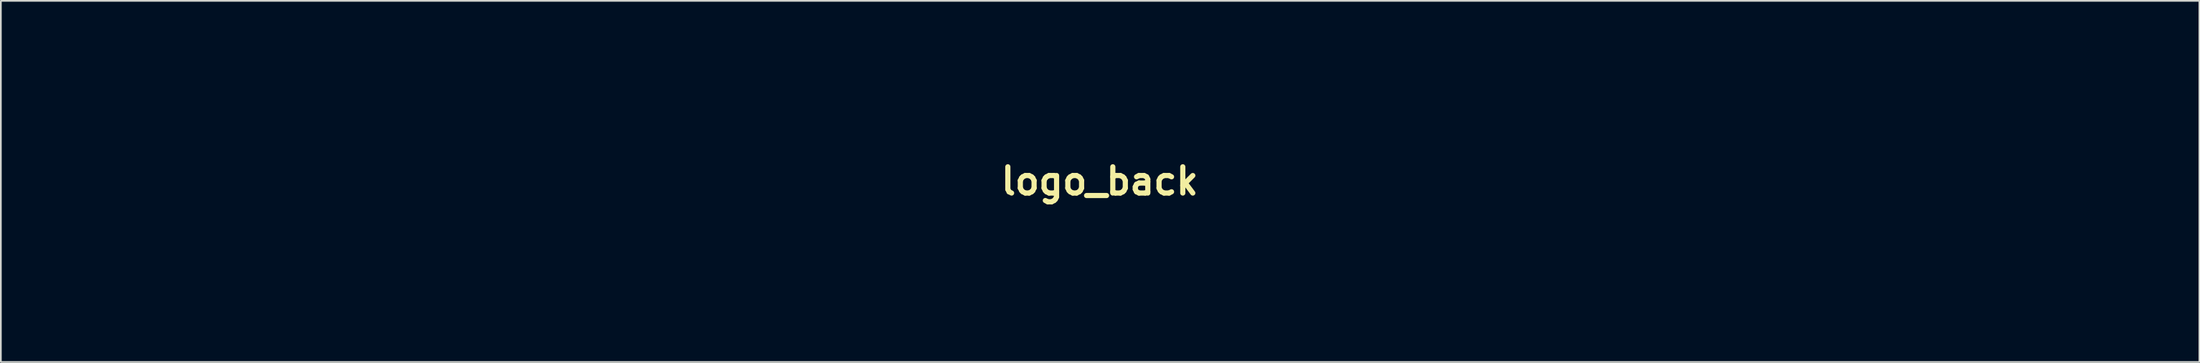
<source format=kicad_pcb>
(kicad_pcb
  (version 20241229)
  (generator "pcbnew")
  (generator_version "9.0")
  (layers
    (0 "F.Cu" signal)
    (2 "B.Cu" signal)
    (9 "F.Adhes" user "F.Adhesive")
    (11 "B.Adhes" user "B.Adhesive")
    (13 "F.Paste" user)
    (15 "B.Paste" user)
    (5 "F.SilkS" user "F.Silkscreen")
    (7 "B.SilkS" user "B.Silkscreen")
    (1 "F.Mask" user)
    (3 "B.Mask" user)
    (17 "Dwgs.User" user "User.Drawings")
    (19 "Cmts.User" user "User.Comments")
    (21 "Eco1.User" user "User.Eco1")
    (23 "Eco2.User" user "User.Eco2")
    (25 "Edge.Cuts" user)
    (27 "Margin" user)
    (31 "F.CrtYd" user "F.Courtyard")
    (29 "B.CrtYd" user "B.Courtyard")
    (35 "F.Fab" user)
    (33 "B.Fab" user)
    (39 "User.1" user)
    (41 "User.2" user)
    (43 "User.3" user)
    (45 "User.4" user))
  (footprint "logo_back"
    (layer "F.Cu")
    (at 60.813 7.473)
    (property "Reference" "logo_back" (at 0 0 0) (layer "F.SilkS") (effects (font (size 1.524 1.524) (thickness 0.3))))
    (attr through_hole)
    (fp_poly (pts (xy -12.192 7.315) (xy -14.072 7.315) (xy -14.072 -5.486) (xy -12.192 -5.486) (xy -12.192 7.315)) (stroke (width 0.01) (type solid)) (fill yes) (layer "F.Mask"))
    (fp_poly (pts (xy -58.903 7.29) (xy -59.855 7.304) (xy -60.808 7.317) (xy -60.808 -7.468) (xy -58.877 -7.468) (xy -58.903 7.29)) (stroke (width 0.01) (type solid)) (fill yes) (layer "F.Mask"))
    (fp_poly (pts (xy -50.051 0.902) (xy -50.063 7.29) (xy -51.016 7.304) (xy -51.968 7.317) (xy -51.968 3.251) (xy -57.099 3.251) (xy -57.099 1.321) (xy -51.968 1.321) (xy -51.968 -5.486) (xy -51.003 -5.486) (xy -50.038 -5.486) (xy -50.051 0.902)) (stroke (width 0.01) (type solid)) (fill yes) (layer "F.Mask"))
    (fp_poly (pts (xy 59.03 -3.607) (xy 54.1 -3.607) (xy 54.127 -1.295) (xy 56.578 -1.282) (xy 59.03 -1.269) (xy 59.03 0.61) (xy 54.102 0.61) (xy 54.102 5.385) (xy 60.858 5.385) (xy 60.858 7.315) (xy 52.222 7.315) (xy 52.222 -5.486) (xy 59.03 -5.486) (xy 59.03 -3.607)) (stroke (width 0.01) (type solid)) (fill yes) (layer "F.Mask"))
    (fp_poly (pts (xy -0.876 0.902) (xy -0.889 7.29) (xy -2 7.29) (xy -5.255 2.927) (xy -8.509 -1.435) (xy -8.522 2.94) (xy -8.535 7.315) (xy -9.441 7.315) (xy -9.734 7.313) (xy -9.992 7.308) (xy -10.197 7.301) (xy -10.332 7.291) (xy -10.38 7.281) (xy -10.384 7.227) (xy -10.388 7.078) (xy -10.392 6.839) (xy -10.396 6.517) (xy -10.399 6.117) (xy -10.403 5.647) (xy -10.405 5.112) (xy -10.408 4.518) (xy -10.41 3.871) (xy -10.412 3.178) (xy -10.413 2.444) (xy -10.414 1.677) (xy -10.414 0.881) (xy -10.414 -5.486) (xy -9.817 -5.483) (xy -9.22 -5.48) (xy -2.769 3.208) (xy -2.756 -1.139) (xy -2.743 -5.486) (xy -1.803 -5.486) (xy -0.863 -5.486) (xy -0.876 0.902)) (stroke (width 0.01) (type solid)) (fill yes) (layer "F.Mask"))
    (fp_poly (pts (xy 41.541 -5.475) (xy 42.137 -5.461) (xy 45.364 -1.126) (xy 48.59 3.21) (xy 48.603 -1.138) (xy 48.616 -5.486) (xy 49.556 -5.486) (xy 50.496 -5.486) (xy 50.483 0.902) (xy 50.47 7.29) (xy 49.359 7.29) (xy 46.104 2.928) (xy 42.85 -1.435) (xy 42.837 2.94) (xy 42.824 7.315) (xy 41.918 7.315) (xy 41.625 7.313) (xy 41.367 7.308) (xy 41.162 7.301) (xy 41.027 7.291) (xy 40.979 7.281) (xy 40.974 7.227) (xy 40.97 7.078) (xy 40.966 6.839) (xy 40.963 6.517) (xy 40.959 6.117) (xy 40.956 5.647) (xy 40.953 5.112) (xy 40.951 4.518) (xy 40.949 3.871) (xy 40.947 3.178) (xy 40.946 2.444) (xy 40.945 1.676) (xy 40.945 0.88) (xy 40.945 -5.49) (xy 41.541 -5.475)) (stroke (width 0.01) (type solid)) (fill yes) (layer "F.Mask"))
    (fp_poly (pts (xy -41.707 -3.607) (xy -46.636 -3.607) (xy -46.609 -1.295) (xy -44.158 -1.282) (xy -41.707 -1.269) (xy -41.707 0.61) (xy -46.634 0.61) (xy -46.634 5.385) (xy -39.878 5.385) (xy -39.878 7.315) (xy -44.188 7.315) (xy -44.84 7.315) (xy -45.464 7.314) (xy -46.051 7.312) (xy -46.594 7.309) (xy -47.085 7.306) (xy -47.516 7.303) (xy -47.882 7.299) (xy -48.173 7.295) (xy -48.383 7.29) (xy -48.503 7.285) (xy -48.531 7.281) (xy -48.535 7.227) (xy -48.539 7.078) (xy -48.543 6.839) (xy -48.547 6.517) (xy -48.55 6.117) (xy -48.553 5.647) (xy -48.556 5.112) (xy -48.559 4.518) (xy -48.561 3.871) (xy -48.563 3.178) (xy -48.564 2.444) (xy -48.565 1.677) (xy -48.565 0.881) (xy -48.565 -5.486) (xy -41.707 -5.486) (xy -41.707 -3.607)) (stroke (width 0.01) (type solid)) (fill yes) (layer "F.Mask"))
    (fp_poly (pts (xy 7.214 -5.702) (xy 7.787 -5.675) (xy 8.362 -5.599) (xy 8.919 -5.481) (xy 9.436 -5.326) (xy 9.895 -5.138) (xy 10.259 -4.933) (xy 10.276 -4.901) (xy 10.262 -4.838) (xy 10.212 -4.733) (xy 10.119 -4.576) (xy 9.979 -4.355) (xy 9.808 -4.095) (xy 9.284 -3.306) (xy 9.1 -3.386) (xy 8.471 -3.617) (xy 7.851 -3.754) (xy 7.221 -3.8) (xy 6.909 -3.791) (xy 6.25 -3.702) (xy 5.616 -3.52) (xy 5.017 -3.253) (xy 4.461 -2.908) (xy 3.955 -2.492) (xy 3.51 -2.013) (xy 3.133 -1.477) (xy 2.832 -0.893) (xy 2.617 -0.267) (xy 2.565 -0.047) (xy 2.514 0.299) (xy 2.491 0.705) (xy 2.494 1.133) (xy 2.522 1.545) (xy 2.576 1.905) (xy 2.591 1.972) (xy 2.799 2.626) (xy 3.095 3.234) (xy 3.475 3.79) (xy 3.932 4.288) (xy 4.462 4.722) (xy 5.059 5.083) (xy 5.156 5.131) (xy 5.47 5.279) (xy 5.739 5.389) (xy 5.989 5.466) (xy 6.244 5.517) (xy 6.532 5.546) (xy 6.876 5.559) (xy 7.188 5.561) (xy 7.594 5.557) (xy 7.923 5.54) (xy 8.2 5.506) (xy 8.451 5.45) (xy 8.701 5.366) (xy 8.975 5.25) (xy 9.169 5.158) (xy 9.77 4.813) (xy 10.304 4.393) (xy 10.579 4.12) (xy 10.722 3.962) (xy 10.809 3.849) (xy 10.853 3.752) (xy 10.869 3.643) (xy 10.871 3.528) (xy 10.871 3.251) (xy 8.077 3.251) (xy 8.077 1.32) (xy 10.452 1.333) (xy 12.827 1.346) (xy 12.827 7.29) (xy 10.897 7.29) (xy 10.882 6.845) (xy 10.873 6.647) (xy 10.86 6.494) (xy 10.846 6.41) (xy 10.84 6.401) (xy 10.786 6.427) (xy 10.678 6.495) (xy 10.601 6.546) (xy 10.226 6.77) (xy 9.776 6.982) (xy 9.277 7.173) (xy 8.754 7.331) (xy 8.504 7.393) (xy 8.257 7.434) (xy 7.936 7.465) (xy 7.57 7.486) (xy 7.187 7.496) (xy 6.813 7.495) (xy 6.477 7.482) (xy 6.206 7.456) (xy 6.147 7.446) (xy 5.345 7.253) (xy 4.58 6.969) (xy 3.858 6.6) (xy 3.188 6.151) (xy 2.577 5.627) (xy 2.034 5.032) (xy 1.732 4.625) (xy 1.31 3.925) (xy 0.981 3.191) (xy 0.745 2.432) (xy 0.603 1.656) (xy 0.557 0.871) (xy 0.607 0.084) (xy 0.755 -0.695) (xy 0.889 -1.148) (xy 1.191 -1.889) (xy 1.58 -2.588) (xy 2.051 -3.236) (xy 2.595 -3.825) (xy 3.205 -4.346) (xy 3.873 -4.789) (xy 4.166 -4.949) (xy 4.78 -5.237) (xy 5.361 -5.45) (xy 5.935 -5.594) (xy 6.527 -5.676) (xy 7.165 -5.702) (xy 7.214 -5.702)) (stroke (width 0.01) (type solid)) (fill yes) (layer "F.Mask"))
    (fp_poly (pts (xy -22.847 -5.485) (xy -22.133 -5.485) (xy -21.512 -5.484) (xy -20.976 -5.481) (xy -20.516 -5.477) (xy -20.124 -5.471) (xy -19.792 -5.463) (xy -19.511 -5.452) (xy -19.272 -5.438) (xy -19.069 -5.42) (xy -18.891 -5.399) (xy -18.731 -5.373) (xy -18.58 -5.343) (xy -18.43 -5.308) (xy -18.339 -5.285) (xy -17.737 -5.084) (xy -17.205 -4.809) (xy -16.743 -4.461) (xy -16.352 -4.04) (xy -16.032 -3.547) (xy -15.785 -2.982) (xy -15.688 -2.667) (xy -15.649 -2.515) (xy -15.621 -2.367) (xy -15.6 -2.205) (xy -15.587 -2.009) (xy -15.579 -1.761) (xy -15.575 -1.442) (xy -15.574 -1.194) (xy -15.574 -0.822) (xy -15.577 -0.532) (xy -15.586 -0.305) (xy -15.6 -0.121) (xy -15.623 0.039) (xy -15.654 0.196) (xy -15.687 0.33) (xy -15.768 0.603) (xy -15.877 0.906) (xy -15.992 1.181) (xy -16.01 1.219) (xy -16.238 1.602) (xy -16.538 1.973) (xy -16.887 2.309) (xy -17.259 2.583) (xy -17.475 2.704) (xy -17.852 2.865) (xy -18.269 3.006) (xy -18.687 3.114) (xy -19.065 3.178) (xy -19.107 3.183) (xy -19.281 3.204) (xy -19.406 3.229) (xy -19.456 3.252) (xy -19.456 3.253) (xy -19.432 3.303) (xy -19.361 3.433) (xy -19.25 3.632) (xy -19.103 3.891) (xy -18.926 4.203) (xy -18.724 4.556) (xy -18.502 4.943) (xy -18.335 5.231) (xy -18.101 5.638) (xy -17.882 6.019) (xy -17.683 6.365) (xy -17.511 6.667) (xy -17.369 6.915) (xy -17.265 7.1) (xy -17.203 7.214) (xy -17.187 7.245) (xy -17.19 7.269) (xy -17.229 7.287) (xy -17.315 7.299) (xy -17.461 7.306) (xy -17.679 7.308) (xy -17.979 7.306) (xy -18.191 7.304) (xy -19.224 7.29) (xy -21.518 3.277) (xy -22.951 3.263) (xy -24.384 3.25) (xy -24.384 7.315) (xy -26.264 7.315) (xy -26.264 -3.607) (xy -24.384 -3.607) (xy -24.384 1.321) (xy -21.927 1.321) (xy -21.428 1.32) (xy -20.952 1.317) (xy -20.511 1.313) (xy -20.116 1.307) (xy -19.779 1.3) (xy -19.509 1.292) (xy -19.319 1.283) (xy -19.22 1.273) (xy -18.737 1.142) (xy -18.33 0.945) (xy -17.996 0.68) (xy -17.772 0.406) (xy -17.624 0.157) (xy -17.518 -0.096) (xy -17.449 -0.376) (xy -17.411 -0.707) (xy -17.399 -1.113) (xy -17.399 -1.143) (xy -17.41 -1.555) (xy -17.446 -1.891) (xy -17.512 -2.173) (xy -17.616 -2.427) (xy -17.761 -2.674) (xy -17.772 -2.69) (xy -18.044 -3.002) (xy -18.394 -3.248) (xy -18.821 -3.429) (xy -19.325 -3.545) (xy -19.375 -3.552) (xy -19.523 -3.565) (xy -19.762 -3.577) (xy -20.083 -3.587) (xy -20.477 -3.595) (xy -20.933 -3.601) (xy -21.442 -3.605) (xy -21.995 -3.607) (xy -22.076 -3.607) (xy -24.384 -3.607) (xy -26.264 -3.607) (xy -26.264 -5.486) (xy -22.847 -5.485)) (stroke (width 0.01) (type solid)) (fill yes) (layer "F.Mask"))
    (fp_poly (pts (xy 33.527 -5.678) (xy 34.133 -5.595) (xy 34.715 -5.448) (xy 35.306 -5.229) (xy 35.687 -5.055) (xy 36.386 -4.668) (xy 37.019 -4.209) (xy 37.58 -3.69) (xy 38.042 -3.165) (xy 38.429 -2.618) (xy 38.765 -2.013) (xy 38.815 -1.91) (xy 39.088 -1.273) (xy 39.283 -0.663) (xy 39.406 -0.052) (xy 39.465 0.589) (xy 39.471 0.92) (xy 39.422 1.701) (xy 39.278 2.462) (xy 39.044 3.198) (xy 38.726 3.9) (xy 38.33 4.562) (xy 37.862 5.176) (xy 37.327 5.735) (xy 36.731 6.232) (xy 36.08 6.659) (xy 35.38 7.009) (xy 34.636 7.274) (xy 34.454 7.324) (xy 34.2 7.386) (xy 33.98 7.43) (xy 33.764 7.46) (xy 33.522 7.479) (xy 33.223 7.491) (xy 33.045 7.495) (xy 32.74 7.498) (xy 32.445 7.495) (xy 32.186 7.486) (xy 31.99 7.473) (xy 31.929 7.465) (xy 31.135 7.29) (xy 30.376 7.023) (xy 29.657 6.667) (xy 28.986 6.229) (xy 28.37 5.713) (xy 27.814 5.123) (xy 27.326 4.466) (xy 26.913 3.746) (xy 26.902 3.724) (xy 26.607 3.014) (xy 26.402 2.271) (xy 26.288 1.505) (xy 26.275 1.079) (xy 28.169 1.079) (xy 28.245 1.751) (xy 28.397 2.352) (xy 28.637 2.94) (xy 28.965 3.499) (xy 29.369 4.016) (xy 29.838 4.477) (xy 30.359 4.871) (xy 30.921 5.185) (xy 31.17 5.291) (xy 31.513 5.412) (xy 31.834 5.497) (xy 32.167 5.549) (xy 32.544 5.576) (xy 32.848 5.583) (xy 33.167 5.581) (xy 33.419 5.569) (xy 33.64 5.543) (xy 33.865 5.498) (xy 34.002 5.464) (xy 34.63 5.254) (xy 35.222 4.953) (xy 35.77 4.571) (xy 36.262 4.115) (xy 36.689 3.595) (xy 37.04 3.018) (xy 37.084 2.929) (xy 37.301 2.43) (xy 37.445 1.957) (xy 37.527 1.472) (xy 37.554 0.939) (xy 37.554 0.864) (xy 37.535 0.399) (xy 37.479 -0.011) (xy 37.378 -0.402) (xy 37.222 -0.809) (xy 37.092 -1.092) (xy 36.744 -1.7) (xy 36.324 -2.24) (xy 35.84 -2.708) (xy 35.298 -3.099) (xy 34.706 -3.408) (xy 34.07 -3.631) (xy 33.399 -3.762) (xy 33.045 -3.793) (xy 32.378 -3.776) (xy 31.728 -3.661) (xy 31.101 -3.45) (xy 30.505 -3.145) (xy 29.947 -2.75) (xy 29.697 -2.531) (xy 29.216 -2.017) (xy 28.823 -1.458) (xy 28.519 -0.862) (xy 28.308 -0.235) (xy 28.19 0.414) (xy 28.169 1.079) (xy 26.275 1.079) (xy 26.264 0.729) (xy 26.331 -0.045) (xy 26.488 -0.805) (xy 26.735 -1.54) (xy 26.936 -1.981) (xy 27.244 -2.536) (xy 27.591 -3.037) (xy 28 -3.523) (xy 28.129 -3.66) (xy 28.735 -4.223) (xy 29.391 -4.699) (xy 30.09 -5.086) (xy 30.828 -5.381) (xy 31.6 -5.582) (xy 32.4 -5.688) (xy 32.868 -5.704) (xy 33.527 -5.678)) (stroke (width 0.01) (type solid)) (fill yes) (layer "F.Mask"))
    (fp_poly (pts (xy -31.166 -5.458) (xy -30.658 -5.321) (xy -30.21 -5.176) (xy -29.774 -4.992) (xy -29.379 -4.782) (xy -29.048 -4.558) (xy -28.946 -4.472) (xy -28.584 -4.082) (xy -28.28 -3.617) (xy -28.038 -3.086) (xy -27.864 -2.501) (xy -27.784 -2.057) (xy -27.748 -1.644) (xy -27.74 -1.18) (xy -27.758 -0.699) (xy -27.801 -0.234) (xy -27.866 0.182) (xy -27.907 0.367) (xy -28.108 0.97) (xy -28.381 1.501) (xy -28.724 1.961) (xy -29.138 2.347) (xy -29.622 2.661) (xy -29.723 2.712) (xy -30.276 2.944) (xy -30.846 3.107) (xy -31.331 3.185) (xy -31.495 3.207) (xy -31.61 3.236) (xy -31.648 3.261) (xy -31.624 3.314) (xy -31.553 3.445) (xy -31.442 3.646) (xy -31.295 3.908) (xy -31.118 4.221) (xy -30.915 4.577) (xy -30.691 4.967) (xy -30.505 5.29) (xy -30.27 5.699) (xy -30.051 6.08) (xy -29.853 6.425) (xy -29.682 6.725) (xy -29.542 6.971) (xy -29.439 7.153) (xy -29.378 7.263) (xy -29.362 7.294) (xy -29.411 7.3) (xy -29.545 7.306) (xy -29.751 7.311) (xy -30.013 7.314) (xy -30.315 7.315) (xy -30.377 7.315) (xy -31.392 7.315) (xy -31.474 7.19) (xy -31.517 7.12) (xy -31.603 6.971) (xy -31.729 6.754) (xy -31.888 6.478) (xy -32.074 6.153) (xy -32.282 5.79) (xy -32.507 5.396) (xy -32.636 5.17) (xy -33.715 3.277) (xy -35.146 3.263) (xy -36.576 3.25) (xy -36.576 7.315) (xy -37.507 7.315) (xy -37.805 7.313) (xy -38.067 7.309) (xy -38.277 7.301) (xy -38.418 7.292) (xy -38.473 7.281) (xy -38.477 7.227) (xy -38.481 7.078) (xy -38.485 6.839) (xy -38.488 6.517) (xy -38.492 6.117) (xy -38.495 5.647) (xy -38.498 5.112) (xy -38.5 4.518) (xy -38.502 3.871) (xy -38.504 3.178) (xy -38.505 2.444) (xy -38.506 1.676) (xy -38.506 1.326) (xy -36.576 1.326) (xy -33.972 1.31) (xy -33.39 1.306) (xy -32.901 1.302) (xy -32.494 1.298) (xy -32.161 1.293) (xy -31.892 1.288) (xy -31.679 1.28) (xy -31.511 1.271) (xy -31.38 1.259) (xy -31.277 1.245) (xy -31.191 1.227) (xy -31.114 1.206) (xy -31.037 1.181) (xy -31.036 1.181) (xy -30.61 0.991) (xy -30.258 0.735) (xy -29.98 0.409) (xy -29.774 0.014) (xy -29.64 -0.452) (xy -29.581 -0.914) (xy -29.583 -1.451) (xy -29.659 -1.94) (xy -29.807 -2.375) (xy -30.023 -2.749) (xy -30.303 -3.054) (xy -30.644 -3.282) (xy -30.77 -3.345) (xy -30.887 -3.398) (xy -31.003 -3.443) (xy -31.129 -3.479) (xy -31.274 -3.509) (xy -31.448 -3.532) (xy -31.66 -3.55) (xy -31.92 -3.563) (xy -32.237 -3.573) (xy -32.621 -3.581) (xy -33.082 -3.587) (xy -33.628 -3.591) (xy -34.023 -3.594) (xy -36.576 -3.614) (xy -36.576 1.326) (xy -38.506 1.326) (xy -38.506 0.88) (xy -38.506 -5.491) (xy -31.166 -5.458)) (stroke (width 0.01) (type solid)) (fill yes) (layer "F.Mask"))
    (fp_poly (pts (xy 17.767 -5.475) (xy 18.454 -5.471) (xy 19.046 -5.468) (xy 19.553 -5.465) (xy 19.982 -5.461) (xy 20.34 -5.457) (xy 20.636 -5.452) (xy 20.877 -5.446) (xy 21.072 -5.438) (xy 21.227 -5.429) (xy 21.352 -5.418) (xy 21.453 -5.405) (xy 21.539 -5.389) (xy 21.617 -5.371) (xy 21.696 -5.35) (xy 21.709 -5.346) (xy 22.251 -5.154) (xy 22.709 -4.906) (xy 23.083 -4.6) (xy 23.375 -4.235) (xy 23.587 -3.809) (xy 23.719 -3.32) (xy 23.772 -2.767) (xy 23.774 -2.665) (xy 23.736 -2.162) (xy 23.623 -1.716) (xy 23.436 -1.331) (xy 23.18 -1.014) (xy 22.855 -0.769) (xy 22.847 -0.764) (xy 22.597 -0.621) (xy 22.868 -0.532) (xy 23.362 -0.328) (xy 23.786 -0.06) (xy 24.144 0.276) (xy 24.44 0.686) (xy 24.678 1.175) (xy 24.863 1.748) (xy 24.878 1.803) (xy 24.911 1.96) (xy 24.935 2.135) (xy 24.951 2.348) (xy 24.96 2.616) (xy 24.964 2.958) (xy 24.964 3.175) (xy 24.962 3.54) (xy 24.956 3.823) (xy 24.945 4.044) (xy 24.928 4.222) (xy 24.903 4.376) (xy 24.868 4.527) (xy 24.85 4.594) (xy 24.649 5.166) (xy 24.381 5.665) (xy 24.043 6.098) (xy 24.021 6.121) (xy 23.684 6.437) (xy 23.33 6.683) (xy 22.925 6.882) (xy 22.697 6.969) (xy 22.537 7.025) (xy 22.39 7.074) (xy 22.247 7.116) (xy 22.101 7.152) (xy 21.942 7.182) (xy 21.764 7.207) (xy 21.558 7.228) (xy 21.315 7.245) (xy 21.029 7.258) (xy 20.689 7.269) (xy 20.29 7.277) (xy 19.821 7.284) (xy 19.276 7.29) (xy 18.646 7.295) (xy 17.923 7.3) (xy 17.882 7.3) (xy 17.287 7.304) (xy 16.723 7.306) (xy 16.196 7.307) (xy 15.716 7.307) (xy 15.29 7.306) (xy 14.927 7.303) (xy 14.634 7.3) (xy 14.421 7.296) (xy 14.294 7.291) (xy 14.262 7.286) (xy 14.257 7.231) (xy 14.253 7.081) (xy 14.248 6.842) (xy 14.244 6.519) (xy 14.24 6.119) (xy 14.237 5.648) (xy 14.235 5.385) (xy 16.154 5.385) (xy 18.605 5.384) (xy 19.202 5.383) (xy 19.706 5.381) (xy 20.127 5.377) (xy 20.473 5.372) (xy 20.753 5.365) (xy 20.977 5.355) (xy 21.153 5.343) (xy 21.291 5.328) (xy 21.399 5.311) (xy 21.411 5.308) (xy 21.866 5.171) (xy 22.246 4.967) (xy 22.552 4.696) (xy 22.786 4.355) (xy 22.948 3.943) (xy 23.039 3.459) (xy 23.062 3.017) (xy 23.047 2.586) (xy 22.997 2.225) (xy 22.906 1.91) (xy 22.842 1.754) (xy 22.646 1.415) (xy 22.392 1.141) (xy 22.068 0.921) (xy 21.683 0.752) (xy 21.609 0.726) (xy 21.536 0.704) (xy 21.456 0.686) (xy 21.359 0.672) (xy 21.235 0.66) (xy 21.076 0.65) (xy 20.873 0.643) (xy 20.615 0.637) (xy 20.295 0.632) (xy 19.902 0.628) (xy 19.428 0.624) (xy 18.862 0.62) (xy 18.758 0.62) (xy 16.154 0.603) (xy 16.154 5.385) (xy 14.235 5.385) (xy 14.234 5.113) (xy 14.231 4.518) (xy 14.228 3.871) (xy 14.227 3.178) (xy 14.225 2.444) (xy 14.224 1.676) (xy 14.224 0.879) (xy 14.224 -1.263) (xy 16.154 -1.263) (xy 18.555 -1.283) (xy 19.143 -1.288) (xy 19.638 -1.295) (xy 20.047 -1.301) (xy 20.379 -1.309) (xy 20.642 -1.319) (xy 20.844 -1.33) (xy 20.992 -1.343) (xy 21.095 -1.358) (xy 21.156 -1.374) (xy 21.382 -1.494) (xy 21.584 -1.671) (xy 21.733 -1.876) (xy 21.787 -2.007) (xy 21.846 -2.37) (xy 21.822 -2.708) (xy 21.72 -3.01) (xy 21.545 -3.261) (xy 21.302 -3.448) (xy 21.221 -3.487) (xy 21.165 -3.509) (xy 21.098 -3.528) (xy 21.013 -3.543) (xy 20.899 -3.555) (xy 20.747 -3.565) (xy 20.549 -3.573) (xy 20.294 -3.58) (xy 19.974 -3.585) (xy 19.579 -3.589) (xy 19.1 -3.593) (xy 18.58 -3.597) (xy 16.154 -3.612) (xy 16.154 -1.263) (xy 14.224 -1.263) (xy 14.224 -5.491) (xy 17.767 -5.475)) (stroke (width 0.01) (type solid)) (fill yes) (layer "F.Mask")))
  (gr_rect
    (start -3 -3)
    (end 124.676 17.976)
    (stroke (width 0.1) (type default))
    (fill no)
    (layer "Edge.Cuts")))
</source>
